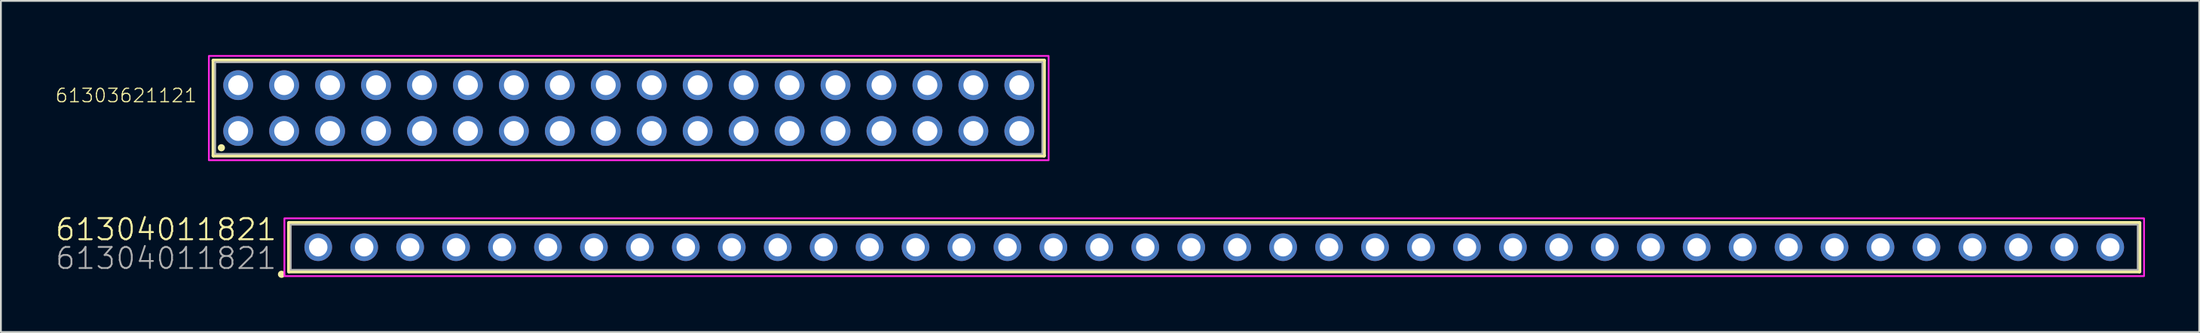
<source format=kicad_pcb>
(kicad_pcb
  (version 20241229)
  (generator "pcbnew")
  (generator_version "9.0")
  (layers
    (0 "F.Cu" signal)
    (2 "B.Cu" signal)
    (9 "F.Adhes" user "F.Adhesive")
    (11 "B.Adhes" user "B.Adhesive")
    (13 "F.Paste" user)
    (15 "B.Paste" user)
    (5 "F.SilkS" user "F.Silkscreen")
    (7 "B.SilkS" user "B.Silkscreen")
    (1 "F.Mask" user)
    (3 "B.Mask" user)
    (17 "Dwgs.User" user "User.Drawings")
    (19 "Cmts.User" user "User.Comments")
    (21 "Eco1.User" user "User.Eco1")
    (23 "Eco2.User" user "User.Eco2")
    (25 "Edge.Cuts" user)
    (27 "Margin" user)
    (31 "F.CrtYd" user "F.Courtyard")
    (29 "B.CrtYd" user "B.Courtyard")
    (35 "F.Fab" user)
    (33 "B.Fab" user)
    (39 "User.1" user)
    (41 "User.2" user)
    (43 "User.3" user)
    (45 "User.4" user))
  (footprint "61303621121"
    (layer "F.Cu")
    (at 31.707 2.94)
    (property "Reference" "61303621121" (at -23.828 -0.256 0) (unlocked yes) (layer "F.SilkS") (effects (font (size 0.748 0.748) (thickness 0.065)) (justify right bottom)))
    (fp_line (start -22.96 -2.64) (end 22.96 -2.64) (stroke (width 0.2) (type solid)) (layer "F.SilkS"))
    (fp_line (start -22.96 2.64) (end -22.96 -2.64) (stroke (width 0.2) (type solid)) (layer "F.SilkS"))
    (fp_line (start 22.96 -2.64) (end 22.96 2.64) (stroke (width 0.2) (type solid)) (layer "F.SilkS"))
    (fp_line (start 22.96 2.64) (end -22.96 2.64) (stroke (width 0.2) (type solid)) (layer "F.SilkS"))
    (fp_circle (center -22.52 2.2) (end -22.42 2.2) (stroke (width 0.2) (type solid)) (fill no) (layer "F.SilkS"))
    (fp_poly (pts (xy 23.21 2.89) (xy -23.21 2.89) (xy -23.21 -2.89) (xy 23.21 -2.89)) (stroke (width 0.1) (type default)) (fill no) (layer "F.CrtYd"))
    (fp_line (start -22.86 -2.54) (end 22.86 -2.54) (stroke (width 0.1) (type solid)) (layer "F.Fab"))
    (fp_line (start -22.86 2.54) (end -22.86 -2.54) (stroke (width 0.1) (type solid)) (layer "F.Fab"))
    (fp_line (start 22.86 -2.54) (end 22.86 2.54) (stroke (width 0.1) (type solid)) (layer "F.Fab"))
    (fp_line (start 22.86 2.54) (end -22.86 2.54) (stroke (width 0.1) (type solid)) (layer "F.Fab"))
    (pad "1" thru_hole circle (at -21.59 1.27 90) (size 1.65 1.65) (drill 1.1) (layers "*.Cu" "*.Mask"))
    (pad "2" thru_hole circle (at -21.59 -1.27 270) (size 1.65 1.65) (drill 1.1) (layers "*.Cu" "*.Mask"))
    (pad "3" thru_hole circle (at -19.05 1.27 90) (size 1.65 1.65) (drill 1.1) (layers "*.Cu" "*.Mask"))
    (pad "4" thru_hole circle (at -19.05 -1.27 270) (size 1.65 1.65) (drill 1.1) (layers "*.Cu" "*.Mask"))
    (pad "5" thru_hole circle (at -16.51 1.27 90) (size 1.65 1.65) (drill 1.1) (layers "*.Cu" "*.Mask"))
    (pad "6" thru_hole circle (at -16.51 -1.27 270) (size 1.65 1.65) (drill 1.1) (layers "*.Cu" "*.Mask"))
    (pad "7" thru_hole circle (at -13.97 1.27 90) (size 1.65 1.65) (drill 1.1) (layers "*.Cu" "*.Mask"))
    (pad "8" thru_hole circle (at -13.97 -1.27 270) (size 1.65 1.65) (drill 1.1) (layers "*.Cu" "*.Mask"))
    (pad "9" thru_hole circle (at -11.43 1.27 90) (size 1.65 1.65) (drill 1.1) (layers "*.Cu" "*.Mask"))
    (pad "10" thru_hole circle (at -11.43 -1.27 270) (size 1.65 1.65) (drill 1.1) (layers "*.Cu" "*.Mask"))
    (pad "11" thru_hole circle (at -8.89 1.27 90) (size 1.65 1.65) (drill 1.1) (layers "*.Cu" "*.Mask"))
    (pad "12" thru_hole circle (at -8.89 -1.27 270) (size 1.65 1.65) (drill 1.1) (layers "*.Cu" "*.Mask"))
    (pad "13" thru_hole circle (at -6.35 1.27 90) (size 1.65 1.65) (drill 1.1) (layers "*.Cu" "*.Mask"))
    (pad "14" thru_hole circle (at -6.35 -1.27 270) (size 1.65 1.65) (drill 1.1) (layers "*.Cu" "*.Mask"))
    (pad "15" thru_hole circle (at -3.81 1.27 90) (size 1.65 1.65) (drill 1.1) (layers "*.Cu" "*.Mask"))
    (pad "16" thru_hole circle (at -3.81 -1.27 270) (size 1.65 1.65) (drill 1.1) (layers "*.Cu" "*.Mask"))
    (pad "17" thru_hole circle (at -1.27 1.27 90) (size 1.65 1.65) (drill 1.1) (layers "*.Cu" "*.Mask"))
    (pad "18" thru_hole circle (at -1.27 -1.27 270) (size 1.65 1.65) (drill 1.1) (layers "*.Cu" "*.Mask"))
    (pad "19" thru_hole circle (at 1.27 1.27 90) (size 1.65 1.65) (drill 1.1) (layers "*.Cu" "*.Mask"))
    (pad "20" thru_hole circle (at 1.27 -1.27 270) (size 1.65 1.65) (drill 1.1) (layers "*.Cu" "*.Mask"))
    (pad "21" thru_hole circle (at 3.81 1.27 90) (size 1.65 1.65) (drill 1.1) (layers "*.Cu" "*.Mask"))
    (pad "22" thru_hole circle (at 3.81 -1.27 270) (size 1.65 1.65) (drill 1.1) (layers "*.Cu" "*.Mask"))
    (pad "23" thru_hole circle (at 6.35 1.27 90) (size 1.65 1.65) (drill 1.1) (layers "*.Cu" "*.Mask"))
    (pad "24" thru_hole circle (at 6.35 -1.27 270) (size 1.65 1.65) (drill 1.1) (layers "*.Cu" "*.Mask"))
    (pad "25" thru_hole circle (at 8.89 1.27 90) (size 1.65 1.65) (drill 1.1) (layers "*.Cu" "*.Mask"))
    (pad "26" thru_hole circle (at 8.89 -1.27 270) (size 1.65 1.65) (drill 1.1) (layers "*.Cu" "*.Mask"))
    (pad "27" thru_hole circle (at 11.43 1.27 90) (size 1.65 1.65) (drill 1.1) (layers "*.Cu" "*.Mask"))
    (pad "28" thru_hole circle (at 11.43 -1.27 270) (size 1.65 1.65) (drill 1.1) (layers "*.Cu" "*.Mask"))
    (pad "29" thru_hole circle (at 13.97 1.27 90) (size 1.65 1.65) (drill 1.1) (layers "*.Cu" "*.Mask"))
    (pad "30" thru_hole circle (at 13.97 -1.27 270) (size 1.65 1.65) (drill 1.1) (layers "*.Cu" "*.Mask"))
    (pad "31" thru_hole circle (at 16.51 1.27 90) (size 1.65 1.65) (drill 1.1) (layers "*.Cu" "*.Mask"))
    (pad "32" thru_hole circle (at 16.51 -1.27 270) (size 1.65 1.65) (drill 1.1) (layers "*.Cu" "*.Mask"))
    (pad "33" thru_hole circle (at 19.05 1.27 90) (size 1.65 1.65) (drill 1.1) (layers "*.Cu" "*.Mask"))
    (pad "34" thru_hole circle (at 19.05 -1.27 270) (size 1.65 1.65) (drill 1.1) (layers "*.Cu" "*.Mask"))
    (pad "35" thru_hole circle (at 21.59 1.27 90) (size 1.65 1.65) (drill 1.1) (layers "*.Cu" "*.Mask"))
    (pad "36" thru_hole circle (at 21.59 -1.27 270) (size 1.65 1.65) (drill 1.1) (layers "*.Cu" "*.Mask")))
  (footprint "61304011821"
    (layer "F.Cu")
    (at 64.072 10.653)
    (property "Reference" "61304011821" (at -51.76 -0.3 0) (unlocked yes) (layer "F.SilkS") (effects (font (size 1.168 1.168) (thickness 0.102)) (justify right bottom)))
    (property "Value" "61304011821" (at -51.76 1.3 0) (unlocked yes) (layer "F.Fab") (hide yes) (effects (font (size 1.168 1.168) (thickness 0.102)) (justify right bottom)))
    (fp_line (start -51.15 -1.35) (end 51.15 -1.35) (stroke (width 0.2) (type solid)) (layer "F.SilkS"))
    (fp_line (start -51.15 1.35) (end -51.15 -1.35) (stroke (width 0.2) (type solid)) (layer "F.SilkS"))
    (fp_line (start 51.15 -1.35) (end 51.15 1.35) (stroke (width 0.2) (type solid)) (layer "F.SilkS"))
    (fp_line (start 51.15 1.35) (end -51.15 1.35) (stroke (width 0.2) (type solid)) (layer "F.SilkS"))
    (fp_circle (center -51.56 1.5) (end -51.46 1.5) (stroke (width 0.2) (type solid)) (fill no) (layer "F.SilkS"))
    (fp_poly (pts (xy 51.4 1.6) (xy -51.4 1.6) (xy -51.4 -1.6) (xy 51.4 -1.6)) (stroke (width 0.1) (type default)) (fill no) (layer "F.CrtYd"))
    (fp_line (start -51.05 -1.25) (end -51.05 1.25) (stroke (width 0.1) (type solid)) (layer "F.Fab"))
    (fp_line (start -51.05 1.25) (end 51.05 1.25) (stroke (width 0.1) (type solid)) (layer "F.Fab"))
    (fp_line (start 51.05 -1.25) (end -51.05 -1.25) (stroke (width 0.1) (type solid)) (layer "F.Fab"))
    (fp_line (start 51.05 1.25) (end 51.05 -1.25) (stroke (width 0.1) (type solid)) (layer "F.Fab"))
    (fp_text user "${REFERENCE}" (at -51.76 -0.3 0) (unlocked yes) (layer "F.SilkS") (effects (font (size 1.168 1.168) (thickness 0.102)) (justify right bottom)))
    (fp_text user "${VALUE}" (at -51.76 1.3 0) (unlocked yes) (layer "F.Fab") (effects (font (size 1.168 1.168) (thickness 0.102)) (justify right bottom)))
    (pad "1" thru_hole circle (at -49.53 0) (size 1.53 1.53) (drill 1.02) (layers "*.Cu" "*.Mask"))
    (pad "2" thru_hole circle (at -46.99 0) (size 1.53 1.53) (drill 1.02) (layers "*.Cu" "*.Mask"))
    (pad "3" thru_hole circle (at -44.45 0) (size 1.53 1.53) (drill 1.02) (layers "*.Cu" "*.Mask"))
    (pad "4" thru_hole circle (at -41.91 0) (size 1.53 1.53) (drill 1.02) (layers "*.Cu" "*.Mask"))
    (pad "5" thru_hole circle (at -39.37 0) (size 1.53 1.53) (drill 1.02) (layers "*.Cu" "*.Mask"))
    (pad "6" thru_hole circle (at -36.83 0) (size 1.53 1.53) (drill 1.02) (layers "*.Cu" "*.Mask"))
    (pad "7" thru_hole circle (at -34.29 0) (size 1.53 1.53) (drill 1.02) (layers "*.Cu" "*.Mask"))
    (pad "8" thru_hole circle (at -31.75 0) (size 1.53 1.53) (drill 1.02) (layers "*.Cu" "*.Mask"))
    (pad "9" thru_hole circle (at -29.21 0) (size 1.53 1.53) (drill 1.02) (layers "*.Cu" "*.Mask"))
    (pad "10" thru_hole circle (at -26.67 0) (size 1.53 1.53) (drill 1.02) (layers "*.Cu" "*.Mask"))
    (pad "11" thru_hole circle (at -24.13 0) (size 1.53 1.53) (drill 1.02) (layers "*.Cu" "*.Mask"))
    (pad "12" thru_hole circle (at -21.59 0) (size 1.53 1.53) (drill 1.02) (layers "*.Cu" "*.Mask"))
    (pad "13" thru_hole circle (at -19.05 0) (size 1.53 1.53) (drill 1.02) (layers "*.Cu" "*.Mask"))
    (pad "14" thru_hole circle (at -16.51 0) (size 1.53 1.53) (drill 1.02) (layers "*.Cu" "*.Mask"))
    (pad "15" thru_hole circle (at -13.97 0) (size 1.53 1.53) (drill 1.02) (layers "*.Cu" "*.Mask"))
    (pad "16" thru_hole circle (at -11.43 0) (size 1.53 1.53) (drill 1.02) (layers "*.Cu" "*.Mask"))
    (pad "17" thru_hole circle (at -8.89 0) (size 1.53 1.53) (drill 1.02) (layers "*.Cu" "*.Mask"))
    (pad "18" thru_hole circle (at -6.35 0) (size 1.53 1.53) (drill 1.02) (layers "*.Cu" "*.Mask"))
    (pad "19" thru_hole circle (at -3.81 0) (size 1.53 1.53) (drill 1.02) (layers "*.Cu" "*.Mask"))
    (pad "20" thru_hole circle (at -1.27 0) (size 1.53 1.53) (drill 1.02) (layers "*.Cu" "*.Mask"))
    (pad "21" thru_hole circle (at 1.27 0) (size 1.53 1.53) (drill 1.02) (layers "*.Cu" "*.Mask"))
    (pad "22" thru_hole circle (at 3.81 0) (size 1.53 1.53) (drill 1.02) (layers "*.Cu" "*.Mask"))
    (pad "23" thru_hole circle (at 6.35 0) (size 1.53 1.53) (drill 1.02) (layers "*.Cu" "*.Mask"))
    (pad "24" thru_hole circle (at 8.89 0) (size 1.53 1.53) (drill 1.02) (layers "*.Cu" "*.Mask"))
    (pad "25" thru_hole circle (at 11.43 0) (size 1.53 1.53) (drill 1.02) (layers "*.Cu" "*.Mask"))
    (pad "26" thru_hole circle (at 13.97 0) (size 1.53 1.53) (drill 1.02) (layers "*.Cu" "*.Mask"))
    (pad "27" thru_hole circle (at 16.51 0) (size 1.53 1.53) (drill 1.02) (layers "*.Cu" "*.Mask"))
    (pad "28" thru_hole circle (at 19.05 0) (size 1.53 1.53) (drill 1.02) (layers "*.Cu" "*.Mask"))
    (pad "29" thru_hole circle (at 21.59 0) (size 1.53 1.53) (drill 1.02) (layers "*.Cu" "*.Mask"))
    (pad "30" thru_hole circle (at 24.13 0) (size 1.53 1.53) (drill 1.02) (layers "*.Cu" "*.Mask"))
    (pad "31" thru_hole circle (at 26.67 0) (size 1.53 1.53) (drill 1.02) (layers "*.Cu" "*.Mask"))
    (pad "32" thru_hole circle (at 29.21 0) (size 1.53 1.53) (drill 1.02) (layers "*.Cu" "*.Mask"))
    (pad "33" thru_hole circle (at 31.75 0) (size 1.53 1.53) (drill 1.02) (layers "*.Cu" "*.Mask"))
    (pad "34" thru_hole circle (at 34.29 0) (size 1.53 1.53) (drill 1.02) (layers "*.Cu" "*.Mask"))
    (pad "35" thru_hole circle (at 36.83 0) (size 1.53 1.53) (drill 1.02) (layers "*.Cu" "*.Mask"))
    (pad "36" thru_hole circle (at 39.37 0) (size 1.53 1.53) (drill 1.02) (layers "*.Cu" "*.Mask"))
    (pad "37" thru_hole circle (at 41.91 0) (size 1.53 1.53) (drill 1.02) (layers "*.Cu" "*.Mask"))
    (pad "38" thru_hole circle (at 44.45 0) (size 1.53 1.53) (drill 1.02) (layers "*.Cu" "*.Mask"))
    (pad "39" thru_hole circle (at 46.99 0) (size 1.53 1.53) (drill 1.02) (layers "*.Cu" "*.Mask"))
    (pad "40" thru_hole circle (at 49.53 0) (size 1.53 1.53) (drill 1.02) (layers "*.Cu" "*.Mask")))
  (gr_rect
    (start -3 -3)
    (end 118.522 15.353)
    (stroke (width 0.1) (type default))
    (fill no)
    (layer "Edge.Cuts")))
</source>
